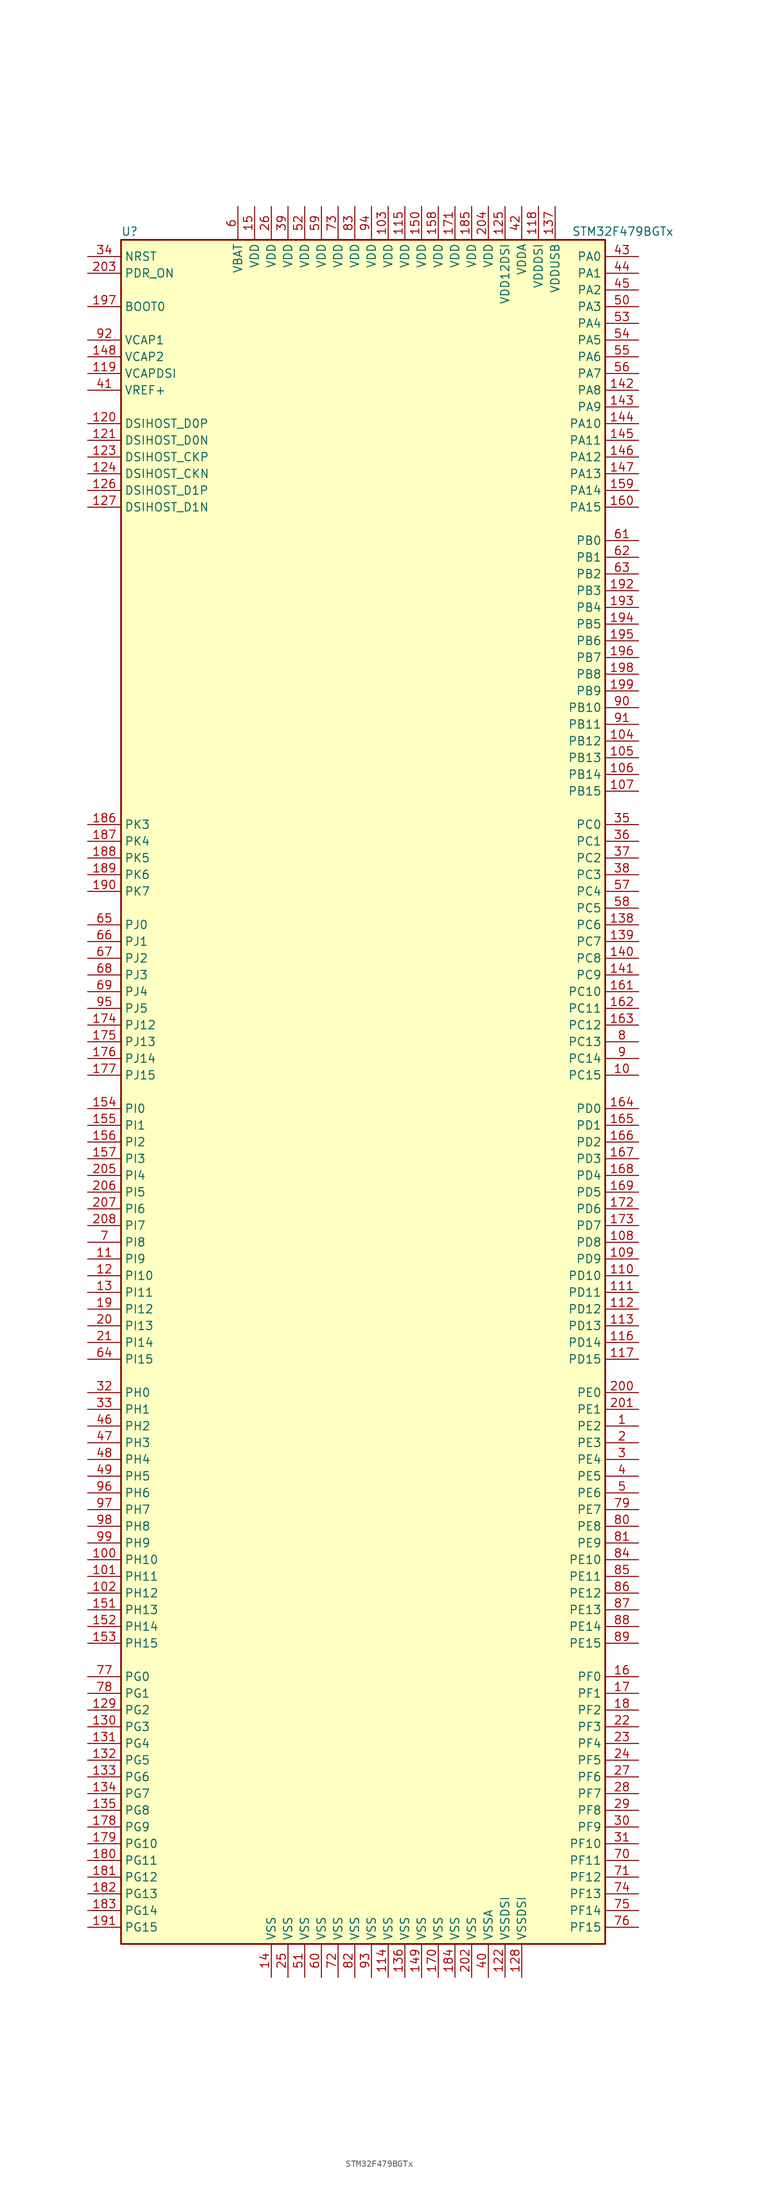
<source format=kicad_sym>
(kicad_symbol_lib
  (version 20201005)
  (generator kicad_symbol_editor)
  (symbol "STM32F479BGTx"
    (property "Reference" "U"
      (at -38.1 130.81 0)
      (effects (font (size 1.27 1.27)) (justify left)))
    (property "Value" "STM32F479BGTx"
      (at 30.48 130.81 0)
      (effects (font (size 1.27 1.27)) (justify left)))
    (symbol "STM32F479BGTx_0_1"
      (rectangle (start -38.1 -129.54) (end 35.56 129.54) (stroke (width 0.254)) (fill (type background))))
    (symbol "STM32F479BGTx_1_1"
      (pin bidirectional line (at 40.64 -50.8 180) (length 5.08) (name "PE2" (effects (font (size 1.27 1.27)))) (number "1" (effects (font (size 1.27 1.27)))))
      (pin bidirectional line (at 40.64 2.54 180) (length 5.08) (name "PC15" (effects (font (size 1.27 1.27)))) (number "10" (effects (font (size 1.27 1.27)))))
      (pin bidirectional line (at -43.18 -71.12 0) (length 5.08) (name "PH10" (effects (font (size 1.27 1.27)))) (number "100" (effects (font (size 1.27 1.27)))))
      (pin bidirectional line (at -43.18 -73.66 0) (length 5.08) (name "PH11" (effects (font (size 1.27 1.27)))) (number "101" (effects (font (size 1.27 1.27)))))
      (pin bidirectional line (at -43.18 -76.2 0) (length 5.08) (name "PH12" (effects (font (size 1.27 1.27)))) (number "102" (effects (font (size 1.27 1.27)))))
      (pin power_in line (at 2.54 134.62 270) (length 5.08) (name "VDD" (effects (font (size 1.27 1.27)))) (number "103" (effects (font (size 1.27 1.27)))))
      (pin bidirectional line (at 40.64 53.34 180) (length 5.08) (name "PB12" (effects (font (size 1.27 1.27)))) (number "104" (effects (font (size 1.27 1.27)))))
      (pin bidirectional line (at 40.64 50.8 180) (length 5.08) (name "PB13" (effects (font (size 1.27 1.27)))) (number "105" (effects (font (size 1.27 1.27)))))
      (pin bidirectional line (at 40.64 48.26 180) (length 5.08) (name "PB14" (effects (font (size 1.27 1.27)))) (number "106" (effects (font (size 1.27 1.27)))))
      (pin bidirectional line (at 40.64 45.72 180) (length 5.08) (name "PB15" (effects (font (size 1.27 1.27)))) (number "107" (effects (font (size 1.27 1.27)))))
      (pin bidirectional line (at 40.64 -22.86 180) (length 5.08) (name "PD8" (effects (font (size 1.27 1.27)))) (number "108" (effects (font (size 1.27 1.27)))))
      (pin bidirectional line (at 40.64 -25.4 180) (length 5.08) (name "PD9" (effects (font (size 1.27 1.27)))) (number "109" (effects (font (size 1.27 1.27)))))
      (pin bidirectional line (at -43.18 -25.4 0) (length 5.08) (name "PI9" (effects (font (size 1.27 1.27)))) (number "11" (effects (font (size 1.27 1.27)))))
      (pin bidirectional line (at 40.64 -27.94 180) (length 5.08) (name "PD10" (effects (font (size 1.27 1.27)))) (number "110" (effects (font (size 1.27 1.27)))))
      (pin bidirectional line (at 40.64 -30.48 180) (length 5.08) (name "PD11" (effects (font (size 1.27 1.27)))) (number "111" (effects (font (size 1.27 1.27)))))
      (pin bidirectional line (at 40.64 -33.02 180) (length 5.08) (name "PD12" (effects (font (size 1.27 1.27)))) (number "112" (effects (font (size 1.27 1.27)))))
      (pin bidirectional line (at 40.64 -35.56 180) (length 5.08) (name "PD13" (effects (font (size 1.27 1.27)))) (number "113" (effects (font (size 1.27 1.27)))))
      (pin power_in line (at 2.54 -134.62 90) (length 5.08) (name "VSS" (effects (font (size 1.27 1.27)))) (number "114" (effects (font (size 1.27 1.27)))))
      (pin power_in line (at 5.08 134.62 270) (length 5.08) (name "VDD" (effects (font (size 1.27 1.27)))) (number "115" (effects (font (size 1.27 1.27)))))
      (pin bidirectional line (at 40.64 -38.1 180) (length 5.08) (name "PD14" (effects (font (size 1.27 1.27)))) (number "116" (effects (font (size 1.27 1.27)))))
      (pin bidirectional line (at 40.64 -40.64 180) (length 5.08) (name "PD15" (effects (font (size 1.27 1.27)))) (number "117" (effects (font (size 1.27 1.27)))))
      (pin power_in line (at 25.4 134.62 270) (length 5.08) (name "VDDDSI" (effects (font (size 1.27 1.27)))) (number "118" (effects (font (size 1.27 1.27)))))
      (pin power_in line (at -43.18 109.22 0) (length 5.08) (name "VCAPDSI" (effects (font (size 1.27 1.27)))) (number "119" (effects (font (size 1.27 1.27)))))
      (pin bidirectional line (at -43.18 -27.94 0) (length 5.08) (name "PI10" (effects (font (size 1.27 1.27)))) (number "12" (effects (font (size 1.27 1.27)))))
      (pin bidirectional line (at -43.18 101.6 0) (length 5.08) (name "DSIHOST_D0P" (effects (font (size 1.27 1.27)))) (number "120" (effects (font (size 1.27 1.27)))))
      (pin bidirectional line (at -43.18 99.06 0) (length 5.08) (name "DSIHOST_D0N" (effects (font (size 1.27 1.27)))) (number "121" (effects (font (size 1.27 1.27)))))
      (pin power_in line (at 20.32 -134.62 90) (length 5.08) (name "VSSDSI" (effects (font (size 1.27 1.27)))) (number "122" (effects (font (size 1.27 1.27)))))
      (pin bidirectional line (at -43.18 96.52 0) (length 5.08) (name "DSIHOST_CKP" (effects (font (size 1.27 1.27)))) (number "123" (effects (font (size 1.27 1.27)))))
      (pin bidirectional line (at -43.18 93.98 0) (length 5.08) (name "DSIHOST_CKN" (effects (font (size 1.27 1.27)))) (number "124" (effects (font (size 1.27 1.27)))))
      (pin power_in line (at 20.32 134.62 270) (length 5.08) (name "VDD12DSI" (effects (font (size 1.27 1.27)))) (number "125" (effects (font (size 1.27 1.27)))))
      (pin bidirectional line (at -43.18 91.44 0) (length 5.08) (name "DSIHOST_D1P" (effects (font (size 1.27 1.27)))) (number "126" (effects (font (size 1.27 1.27)))))
      (pin bidirectional line (at -43.18 88.9 0) (length 5.08) (name "DSIHOST_D1N" (effects (font (size 1.27 1.27)))) (number "127" (effects (font (size 1.27 1.27)))))
      (pin power_in line (at 22.86 -134.62 90) (length 5.08) (name "VSSDSI" (effects (font (size 1.27 1.27)))) (number "128" (effects (font (size 1.27 1.27)))))
      (pin bidirectional line (at -43.18 -93.98 0) (length 5.08) (name "PG2" (effects (font (size 1.27 1.27)))) (number "129" (effects (font (size 1.27 1.27)))))
      (pin bidirectional line (at -43.18 -30.48 0) (length 5.08) (name "PI11" (effects (font (size 1.27 1.27)))) (number "13" (effects (font (size 1.27 1.27)))))
      (pin bidirectional line (at -43.18 -96.52 0) (length 5.08) (name "PG3" (effects (font (size 1.27 1.27)))) (number "130" (effects (font (size 1.27 1.27)))))
      (pin bidirectional line (at -43.18 -99.06 0) (length 5.08) (name "PG4" (effects (font (size 1.27 1.27)))) (number "131" (effects (font (size 1.27 1.27)))))
      (pin bidirectional line (at -43.18 -101.6 0) (length 5.08) (name "PG5" (effects (font (size 1.27 1.27)))) (number "132" (effects (font (size 1.27 1.27)))))
      (pin bidirectional line (at -43.18 -104.14 0) (length 5.08) (name "PG6" (effects (font (size 1.27 1.27)))) (number "133" (effects (font (size 1.27 1.27)))))
      (pin bidirectional line (at -43.18 -106.68 0) (length 5.08) (name "PG7" (effects (font (size 1.27 1.27)))) (number "134" (effects (font (size 1.27 1.27)))))
      (pin bidirectional line (at -43.18 -109.22 0) (length 5.08) (name "PG8" (effects (font (size 1.27 1.27)))) (number "135" (effects (font (size 1.27 1.27)))))
      (pin power_in line (at 5.08 -134.62 90) (length 5.08) (name "VSS" (effects (font (size 1.27 1.27)))) (number "136" (effects (font (size 1.27 1.27)))))
      (pin power_in line (at 27.94 134.62 270) (length 5.08) (name "VDDUSB" (effects (font (size 1.27 1.27)))) (number "137" (effects (font (size 1.27 1.27)))))
      (pin bidirectional line (at 40.64 25.4 180) (length 5.08) (name "PC6" (effects (font (size 1.27 1.27)))) (number "138" (effects (font (size 1.27 1.27)))))
      (pin bidirectional line (at 40.64 22.86 180) (length 5.08) (name "PC7" (effects (font (size 1.27 1.27)))) (number "139" (effects (font (size 1.27 1.27)))))
      (pin power_in line (at -15.24 -134.62 90) (length 5.08) (name "VSS" (effects (font (size 1.27 1.27)))) (number "14" (effects (font (size 1.27 1.27)))))
      (pin bidirectional line (at 40.64 20.32 180) (length 5.08) (name "PC8" (effects (font (size 1.27 1.27)))) (number "140" (effects (font (size 1.27 1.27)))))
      (pin bidirectional line (at 40.64 17.78 180) (length 5.08) (name "PC9" (effects (font (size 1.27 1.27)))) (number "141" (effects (font (size 1.27 1.27)))))
      (pin bidirectional line (at 40.64 106.68 180) (length 5.08) (name "PA8" (effects (font (size 1.27 1.27)))) (number "142" (effects (font (size 1.27 1.27)))))
      (pin bidirectional line (at 40.64 104.14 180) (length 5.08) (name "PA9" (effects (font (size 1.27 1.27)))) (number "143" (effects (font (size 1.27 1.27)))))
      (pin bidirectional line (at 40.64 101.6 180) (length 5.08) (name "PA10" (effects (font (size 1.27 1.27)))) (number "144" (effects (font (size 1.27 1.27)))))
      (pin bidirectional line (at 40.64 99.06 180) (length 5.08) (name "PA11" (effects (font (size 1.27 1.27)))) (number "145" (effects (font (size 1.27 1.27)))))
      (pin bidirectional line (at 40.64 96.52 180) (length 5.08) (name "PA12" (effects (font (size 1.27 1.27)))) (number "146" (effects (font (size 1.27 1.27)))))
      (pin bidirectional line (at 40.64 93.98 180) (length 5.08) (name "PA13" (effects (font (size 1.27 1.27)))) (number "147" (effects (font (size 1.27 1.27)))))
      (pin power_in line (at -43.18 111.76 0) (length 5.08) (name "VCAP2" (effects (font (size 1.27 1.27)))) (number "148" (effects (font (size 1.27 1.27)))))
      (pin power_in line (at 7.62 -134.62 90) (length 5.08) (name "VSS" (effects (font (size 1.27 1.27)))) (number "149" (effects (font (size 1.27 1.27)))))
      (pin power_in line (at -17.78 134.62 270) (length 5.08) (name "VDD" (effects (font (size 1.27 1.27)))) (number "15" (effects (font (size 1.27 1.27)))))
      (pin power_in line (at 7.62 134.62 270) (length 5.08) (name "VDD" (effects (font (size 1.27 1.27)))) (number "150" (effects (font (size 1.27 1.27)))))
      (pin bidirectional line (at -43.18 -78.74 0) (length 5.08) (name "PH13" (effects (font (size 1.27 1.27)))) (number "151" (effects (font (size 1.27 1.27)))))
      (pin bidirectional line (at -43.18 -81.28 0) (length 5.08) (name "PH14" (effects (font (size 1.27 1.27)))) (number "152" (effects (font (size 1.27 1.27)))))
      (pin bidirectional line (at -43.18 -83.82 0) (length 5.08) (name "PH15" (effects (font (size 1.27 1.27)))) (number "153" (effects (font (size 1.27 1.27)))))
      (pin bidirectional line (at -43.18 -2.54 0) (length 5.08) (name "PI0" (effects (font (size 1.27 1.27)))) (number "154" (effects (font (size 1.27 1.27)))))
      (pin bidirectional line (at -43.18 -5.08 0) (length 5.08) (name "PI1" (effects (font (size 1.27 1.27)))) (number "155" (effects (font (size 1.27 1.27)))))
      (pin bidirectional line (at -43.18 -7.62 0) (length 5.08) (name "PI2" (effects (font (size 1.27 1.27)))) (number "156" (effects (font (size 1.27 1.27)))))
      (pin bidirectional line (at -43.18 -10.16 0) (length 5.08) (name "PI3" (effects (font (size 1.27 1.27)))) (number "157" (effects (font (size 1.27 1.27)))))
      (pin power_in line (at 10.16 134.62 270) (length 5.08) (name "VDD" (effects (font (size 1.27 1.27)))) (number "158" (effects (font (size 1.27 1.27)))))
      (pin bidirectional line (at 40.64 91.44 180) (length 5.08) (name "PA14" (effects (font (size 1.27 1.27)))) (number "159" (effects (font (size 1.27 1.27)))))
      (pin bidirectional line (at 40.64 -88.9 180) (length 5.08) (name "PF0" (effects (font (size 1.27 1.27)))) (number "16" (effects (font (size 1.27 1.27)))))
      (pin bidirectional line (at 40.64 88.9 180) (length 5.08) (name "PA15" (effects (font (size 1.27 1.27)))) (number "160" (effects (font (size 1.27 1.27)))))
      (pin bidirectional line (at 40.64 15.24 180) (length 5.08) (name "PC10" (effects (font (size 1.27 1.27)))) (number "161" (effects (font (size 1.27 1.27)))))
      (pin bidirectional line (at 40.64 12.7 180) (length 5.08) (name "PC11" (effects (font (size 1.27 1.27)))) (number "162" (effects (font (size 1.27 1.27)))))
      (pin bidirectional line (at 40.64 10.16 180) (length 5.08) (name "PC12" (effects (font (size 1.27 1.27)))) (number "163" (effects (font (size 1.27 1.27)))))
      (pin bidirectional line (at 40.64 -2.54 180) (length 5.08) (name "PD0" (effects (font (size 1.27 1.27)))) (number "164" (effects (font (size 1.27 1.27)))))
      (pin bidirectional line (at 40.64 -5.08 180) (length 5.08) (name "PD1" (effects (font (size 1.27 1.27)))) (number "165" (effects (font (size 1.27 1.27)))))
      (pin bidirectional line (at 40.64 -7.62 180) (length 5.08) (name "PD2" (effects (font (size 1.27 1.27)))) (number "166" (effects (font (size 1.27 1.27)))))
      (pin bidirectional line (at 40.64 -10.16 180) (length 5.08) (name "PD3" (effects (font (size 1.27 1.27)))) (number "167" (effects (font (size 1.27 1.27)))))
      (pin bidirectional line (at 40.64 -12.7 180) (length 5.08) (name "PD4" (effects (font (size 1.27 1.27)))) (number "168" (effects (font (size 1.27 1.27)))))
      (pin bidirectional line (at 40.64 -15.24 180) (length 5.08) (name "PD5" (effects (font (size 1.27 1.27)))) (number "169" (effects (font (size 1.27 1.27)))))
      (pin bidirectional line (at 40.64 -91.44 180) (length 5.08) (name "PF1" (effects (font (size 1.27 1.27)))) (number "17" (effects (font (size 1.27 1.27)))))
      (pin power_in line (at 10.16 -134.62 90) (length 5.08) (name "VSS" (effects (font (size 1.27 1.27)))) (number "170" (effects (font (size 1.27 1.27)))))
      (pin power_in line (at 12.7 134.62 270) (length 5.08) (name "VDD" (effects (font (size 1.27 1.27)))) (number "171" (effects (font (size 1.27 1.27)))))
      (pin bidirectional line (at 40.64 -17.78 180) (length 5.08) (name "PD6" (effects (font (size 1.27 1.27)))) (number "172" (effects (font (size 1.27 1.27)))))
      (pin bidirectional line (at 40.64 -20.32 180) (length 5.08) (name "PD7" (effects (font (size 1.27 1.27)))) (number "173" (effects (font (size 1.27 1.27)))))
      (pin bidirectional line (at -43.18 10.16 0) (length 5.08) (name "PJ12" (effects (font (size 1.27 1.27)))) (number "174" (effects (font (size 1.27 1.27)))))
      (pin bidirectional line (at -43.18 7.62 0) (length 5.08) (name "PJ13" (effects (font (size 1.27 1.27)))) (number "175" (effects (font (size 1.27 1.27)))))
      (pin bidirectional line (at -43.18 5.08 0) (length 5.08) (name "PJ14" (effects (font (size 1.27 1.27)))) (number "176" (effects (font (size 1.27 1.27)))))
      (pin bidirectional line (at -43.18 2.54 0) (length 5.08) (name "PJ15" (effects (font (size 1.27 1.27)))) (number "177" (effects (font (size 1.27 1.27)))))
      (pin bidirectional line (at -43.18 -111.76 0) (length 5.08) (name "PG9" (effects (font (size 1.27 1.27)))) (number "178" (effects (font (size 1.27 1.27)))))
      (pin bidirectional line (at -43.18 -114.3 0) (length 5.08) (name "PG10" (effects (font (size 1.27 1.27)))) (number "179" (effects (font (size 1.27 1.27)))))
      (pin bidirectional line (at 40.64 -93.98 180) (length 5.08) (name "PF2" (effects (font (size 1.27 1.27)))) (number "18" (effects (font (size 1.27 1.27)))))
      (pin bidirectional line (at -43.18 -116.84 0) (length 5.08) (name "PG11" (effects (font (size 1.27 1.27)))) (number "180" (effects (font (size 1.27 1.27)))))
      (pin bidirectional line (at -43.18 -119.38 0) (length 5.08) (name "PG12" (effects (font (size 1.27 1.27)))) (number "181" (effects (font (size 1.27 1.27)))))
      (pin bidirectional line (at -43.18 -121.92 0) (length 5.08) (name "PG13" (effects (font (size 1.27 1.27)))) (number "182" (effects (font (size 1.27 1.27)))))
      (pin bidirectional line (at -43.18 -124.46 0) (length 5.08) (name "PG14" (effects (font (size 1.27 1.27)))) (number "183" (effects (font (size 1.27 1.27)))))
      (pin power_in line (at 12.7 -134.62 90) (length 5.08) (name "VSS" (effects (font (size 1.27 1.27)))) (number "184" (effects (font (size 1.27 1.27)))))
      (pin power_in line (at 15.24 134.62 270) (length 5.08) (name "VDD" (effects (font (size 1.27 1.27)))) (number "185" (effects (font (size 1.27 1.27)))))
      (pin bidirectional line (at -43.18 40.64 0) (length 5.08) (name "PK3" (effects (font (size 1.27 1.27)))) (number "186" (effects (font (size 1.27 1.27)))))
      (pin bidirectional line (at -43.18 38.1 0) (length 5.08) (name "PK4" (effects (font (size 1.27 1.27)))) (number "187" (effects (font (size 1.27 1.27)))))
      (pin bidirectional line (at -43.18 35.56 0) (length 5.08) (name "PK5" (effects (font (size 1.27 1.27)))) (number "188" (effects (font (size 1.27 1.27)))))
      (pin bidirectional line (at -43.18 33.02 0) (length 5.08) (name "PK6" (effects (font (size 1.27 1.27)))) (number "189" (effects (font (size 1.27 1.27)))))
      (pin bidirectional line (at -43.18 -33.02 0) (length 5.08) (name "PI12" (effects (font (size 1.27 1.27)))) (number "19" (effects (font (size 1.27 1.27)))))
      (pin bidirectional line (at -43.18 30.48 0) (length 5.08) (name "PK7" (effects (font (size 1.27 1.27)))) (number "190" (effects (font (size 1.27 1.27)))))
      (pin bidirectional line (at -43.18 -127 0) (length 5.08) (name "PG15" (effects (font (size 1.27 1.27)))) (number "191" (effects (font (size 1.27 1.27)))))
      (pin bidirectional line (at 40.64 76.2 180) (length 5.08) (name "PB3" (effects (font (size 1.27 1.27)))) (number "192" (effects (font (size 1.27 1.27)))))
      (pin bidirectional line (at 40.64 73.66 180) (length 5.08) (name "PB4" (effects (font (size 1.27 1.27)))) (number "193" (effects (font (size 1.27 1.27)))))
      (pin bidirectional line (at 40.64 71.12 180) (length 5.08) (name "PB5" (effects (font (size 1.27 1.27)))) (number "194" (effects (font (size 1.27 1.27)))))
      (pin bidirectional line (at 40.64 68.58 180) (length 5.08) (name "PB6" (effects (font (size 1.27 1.27)))) (number "195" (effects (font (size 1.27 1.27)))))
      (pin bidirectional line (at 40.64 66.04 180) (length 5.08) (name "PB7" (effects (font (size 1.27 1.27)))) (number "196" (effects (font (size 1.27 1.27)))))
      (pin input line (at -43.18 119.38 0) (length 5.08) (name "BOOT0" (effects (font (size 1.27 1.27)))) (number "197" (effects (font (size 1.27 1.27)))))
      (pin bidirectional line (at 40.64 63.5 180) (length 5.08) (name "PB8" (effects (font (size 1.27 1.27)))) (number "198" (effects (font (size 1.27 1.27)))))
      (pin bidirectional line (at 40.64 60.96 180) (length 5.08) (name "PB9" (effects (font (size 1.27 1.27)))) (number "199" (effects (font (size 1.27 1.27)))))
      (pin bidirectional line (at 40.64 -53.34 180) (length 5.08) (name "PE3" (effects (font (size 1.27 1.27)))) (number "2" (effects (font (size 1.27 1.27)))))
      (pin bidirectional line (at -43.18 -35.56 0) (length 5.08) (name "PI13" (effects (font (size 1.27 1.27)))) (number "20" (effects (font (size 1.27 1.27)))))
      (pin bidirectional line (at 40.64 -45.72 180) (length 5.08) (name "PE0" (effects (font (size 1.27 1.27)))) (number "200" (effects (font (size 1.27 1.27)))))
      (pin bidirectional line (at 40.64 -48.26 180) (length 5.08) (name "PE1" (effects (font (size 1.27 1.27)))) (number "201" (effects (font (size 1.27 1.27)))))
      (pin power_in line (at 15.24 -134.62 90) (length 5.08) (name "VSS" (effects (font (size 1.27 1.27)))) (number "202" (effects (font (size 1.27 1.27)))))
      (pin input line (at -43.18 124.46 0) (length 5.08) (name "PDR_ON" (effects (font (size 1.27 1.27)))) (number "203" (effects (font (size 1.27 1.27)))))
      (pin power_in line (at 17.78 134.62 270) (length 5.08) (name "VDD" (effects (font (size 1.27 1.27)))) (number "204" (effects (font (size 1.27 1.27)))))
      (pin bidirectional line (at -43.18 -12.7 0) (length 5.08) (name "PI4" (effects (font (size 1.27 1.27)))) (number "205" (effects (font (size 1.27 1.27)))))
      (pin bidirectional line (at -43.18 -15.24 0) (length 5.08) (name "PI5" (effects (font (size 1.27 1.27)))) (number "206" (effects (font (size 1.27 1.27)))))
      (pin bidirectional line (at -43.18 -17.78 0) (length 5.08) (name "PI6" (effects (font (size 1.27 1.27)))) (number "207" (effects (font (size 1.27 1.27)))))
      (pin bidirectional line (at -43.18 -20.32 0) (length 5.08) (name "PI7" (effects (font (size 1.27 1.27)))) (number "208" (effects (font (size 1.27 1.27)))))
      (pin bidirectional line (at -43.18 -38.1 0) (length 5.08) (name "PI14" (effects (font (size 1.27 1.27)))) (number "21" (effects (font (size 1.27 1.27)))))
      (pin bidirectional line (at 40.64 -96.52 180) (length 5.08) (name "PF3" (effects (font (size 1.27 1.27)))) (number "22" (effects (font (size 1.27 1.27)))))
      (pin bidirectional line (at 40.64 -99.06 180) (length 5.08) (name "PF4" (effects (font (size 1.27 1.27)))) (number "23" (effects (font (size 1.27 1.27)))))
      (pin bidirectional line (at 40.64 -101.6 180) (length 5.08) (name "PF5" (effects (font (size 1.27 1.27)))) (number "24" (effects (font (size 1.27 1.27)))))
      (pin power_in line (at -12.7 -134.62 90) (length 5.08) (name "VSS" (effects (font (size 1.27 1.27)))) (number "25" (effects (font (size 1.27 1.27)))))
      (pin power_in line (at -15.24 134.62 270) (length 5.08) (name "VDD" (effects (font (size 1.27 1.27)))) (number "26" (effects (font (size 1.27 1.27)))))
      (pin bidirectional line (at 40.64 -104.14 180) (length 5.08) (name "PF6" (effects (font (size 1.27 1.27)))) (number "27" (effects (font (size 1.27 1.27)))))
      (pin bidirectional line (at 40.64 -106.68 180) (length 5.08) (name "PF7" (effects (font (size 1.27 1.27)))) (number "28" (effects (font (size 1.27 1.27)))))
      (pin bidirectional line (at 40.64 -109.22 180) (length 5.08) (name "PF8" (effects (font (size 1.27 1.27)))) (number "29" (effects (font (size 1.27 1.27)))))
      (pin bidirectional line (at 40.64 -55.88 180) (length 5.08) (name "PE4" (effects (font (size 1.27 1.27)))) (number "3" (effects (font (size 1.27 1.27)))))
      (pin bidirectional line (at 40.64 -111.76 180) (length 5.08) (name "PF9" (effects (font (size 1.27 1.27)))) (number "30" (effects (font (size 1.27 1.27)))))
      (pin bidirectional line (at 40.64 -114.3 180) (length 5.08) (name "PF10" (effects (font (size 1.27 1.27)))) (number "31" (effects (font (size 1.27 1.27)))))
      (pin input line (at -43.18 -45.72 0) (length 5.08) (name "PH0" (effects (font (size 1.27 1.27)))) (number "32" (effects (font (size 1.27 1.27)))))
      (pin input line (at -43.18 -48.26 0) (length 5.08) (name "PH1" (effects (font (size 1.27 1.27)))) (number "33" (effects (font (size 1.27 1.27)))))
      (pin input line (at -43.18 127 0) (length 5.08) (name "NRST" (effects (font (size 1.27 1.27)))) (number "34" (effects (font (size 1.27 1.27)))))
      (pin bidirectional line (at 40.64 40.64 180) (length 5.08) (name "PC0" (effects (font (size 1.27 1.27)))) (number "35" (effects (font (size 1.27 1.27)))))
      (pin bidirectional line (at 40.64 38.1 180) (length 5.08) (name "PC1" (effects (font (size 1.27 1.27)))) (number "36" (effects (font (size 1.27 1.27)))))
      (pin bidirectional line (at 40.64 35.56 180) (length 5.08) (name "PC2" (effects (font (size 1.27 1.27)))) (number "37" (effects (font (size 1.27 1.27)))))
      (pin bidirectional line (at 40.64 33.02 180) (length 5.08) (name "PC3" (effects (font (size 1.27 1.27)))) (number "38" (effects (font (size 1.27 1.27)))))
      (pin power_in line (at -12.7 134.62 270) (length 5.08) (name "VDD" (effects (font (size 1.27 1.27)))) (number "39" (effects (font (size 1.27 1.27)))))
      (pin bidirectional line (at 40.64 -58.42 180) (length 5.08) (name "PE5" (effects (font (size 1.27 1.27)))) (number "4" (effects (font (size 1.27 1.27)))))
      (pin power_in line (at 17.78 -134.62 90) (length 5.08) (name "VSSA" (effects (font (size 1.27 1.27)))) (number "40" (effects (font (size 1.27 1.27)))))
      (pin power_in line (at -43.18 106.68 0) (length 5.08) (name "VREF+" (effects (font (size 1.27 1.27)))) (number "41" (effects (font (size 1.27 1.27)))))
      (pin power_in line (at 22.86 134.62 270) (length 5.08) (name "VDDA" (effects (font (size 1.27 1.27)))) (number "42" (effects (font (size 1.27 1.27)))))
      (pin bidirectional line (at 40.64 127 180) (length 5.08) (name "PA0" (effects (font (size 1.27 1.27)))) (number "43" (effects (font (size 1.27 1.27)))))
      (pin bidirectional line (at 40.64 124.46 180) (length 5.08) (name "PA1" (effects (font (size 1.27 1.27)))) (number "44" (effects (font (size 1.27 1.27)))))
      (pin bidirectional line (at 40.64 121.92 180) (length 5.08) (name "PA2" (effects (font (size 1.27 1.27)))) (number "45" (effects (font (size 1.27 1.27)))))
      (pin bidirectional line (at -43.18 -50.8 0) (length 5.08) (name "PH2" (effects (font (size 1.27 1.27)))) (number "46" (effects (font (size 1.27 1.27)))))
      (pin bidirectional line (at -43.18 -53.34 0) (length 5.08) (name "PH3" (effects (font (size 1.27 1.27)))) (number "47" (effects (font (size 1.27 1.27)))))
      (pin bidirectional line (at -43.18 -55.88 0) (length 5.08) (name "PH4" (effects (font (size 1.27 1.27)))) (number "48" (effects (font (size 1.27 1.27)))))
      (pin bidirectional line (at -43.18 -58.42 0) (length 5.08) (name "PH5" (effects (font (size 1.27 1.27)))) (number "49" (effects (font (size 1.27 1.27)))))
      (pin bidirectional line (at 40.64 -60.96 180) (length 5.08) (name "PE6" (effects (font (size 1.27 1.27)))) (number "5" (effects (font (size 1.27 1.27)))))
      (pin bidirectional line (at 40.64 119.38 180) (length 5.08) (name "PA3" (effects (font (size 1.27 1.27)))) (number "50" (effects (font (size 1.27 1.27)))))
      (pin power_in line (at -10.16 -134.62 90) (length 5.08) (name "VSS" (effects (font (size 1.27 1.27)))) (number "51" (effects (font (size 1.27 1.27)))))
      (pin power_in line (at -10.16 134.62 270) (length 5.08) (name "VDD" (effects (font (size 1.27 1.27)))) (number "52" (effects (font (size 1.27 1.27)))))
      (pin bidirectional line (at 40.64 116.84 180) (length 5.08) (name "PA4" (effects (font (size 1.27 1.27)))) (number "53" (effects (font (size 1.27 1.27)))))
      (pin bidirectional line (at 40.64 114.3 180) (length 5.08) (name "PA5" (effects (font (size 1.27 1.27)))) (number "54" (effects (font (size 1.27 1.27)))))
      (pin bidirectional line (at 40.64 111.76 180) (length 5.08) (name "PA6" (effects (font (size 1.27 1.27)))) (number "55" (effects (font (size 1.27 1.27)))))
      (pin bidirectional line (at 40.64 109.22 180) (length 5.08) (name "PA7" (effects (font (size 1.27 1.27)))) (number "56" (effects (font (size 1.27 1.27)))))
      (pin bidirectional line (at 40.64 30.48 180) (length 5.08) (name "PC4" (effects (font (size 1.27 1.27)))) (number "57" (effects (font (size 1.27 1.27)))))
      (pin bidirectional line (at 40.64 27.94 180) (length 5.08) (name "PC5" (effects (font (size 1.27 1.27)))) (number "58" (effects (font (size 1.27 1.27)))))
      (pin power_in line (at -7.62 134.62 270) (length 5.08) (name "VDD" (effects (font (size 1.27 1.27)))) (number "59" (effects (font (size 1.27 1.27)))))
      (pin power_in line (at -20.32 134.62 270) (length 5.08) (name "VBAT" (effects (font (size 1.27 1.27)))) (number "6" (effects (font (size 1.27 1.27)))))
      (pin power_in line (at -7.62 -134.62 90) (length 5.08) (name "VSS" (effects (font (size 1.27 1.27)))) (number "60" (effects (font (size 1.27 1.27)))))
      (pin bidirectional line (at 40.64 83.82 180) (length 5.08) (name "PB0" (effects (font (size 1.27 1.27)))) (number "61" (effects (font (size 1.27 1.27)))))
      (pin bidirectional line (at 40.64 81.28 180) (length 5.08) (name "PB1" (effects (font (size 1.27 1.27)))) (number "62" (effects (font (size 1.27 1.27)))))
      (pin bidirectional line (at 40.64 78.74 180) (length 5.08) (name "PB2" (effects (font (size 1.27 1.27)))) (number "63" (effects (font (size 1.27 1.27)))))
      (pin bidirectional line (at -43.18 -40.64 0) (length 5.08) (name "PI15" (effects (font (size 1.27 1.27)))) (number "64" (effects (font (size 1.27 1.27)))))
      (pin bidirectional line (at -43.18 25.4 0) (length 5.08) (name "PJ0" (effects (font (size 1.27 1.27)))) (number "65" (effects (font (size 1.27 1.27)))))
      (pin bidirectional line (at -43.18 22.86 0) (length 5.08) (name "PJ1" (effects (font (size 1.27 1.27)))) (number "66" (effects (font (size 1.27 1.27)))))
      (pin bidirectional line (at -43.18 20.32 0) (length 5.08) (name "PJ2" (effects (font (size 1.27 1.27)))) (number "67" (effects (font (size 1.27 1.27)))))
      (pin bidirectional line (at -43.18 17.78 0) (length 5.08) (name "PJ3" (effects (font (size 1.27 1.27)))) (number "68" (effects (font (size 1.27 1.27)))))
      (pin bidirectional line (at -43.18 15.24 0) (length 5.08) (name "PJ4" (effects (font (size 1.27 1.27)))) (number "69" (effects (font (size 1.27 1.27)))))
      (pin bidirectional line (at -43.18 -22.86 0) (length 5.08) (name "PI8" (effects (font (size 1.27 1.27)))) (number "7" (effects (font (size 1.27 1.27)))))
      (pin bidirectional line (at 40.64 -116.84 180) (length 5.08) (name "PF11" (effects (font (size 1.27 1.27)))) (number "70" (effects (font (size 1.27 1.27)))))
      (pin bidirectional line (at 40.64 -119.38 180) (length 5.08) (name "PF12" (effects (font (size 1.27 1.27)))) (number "71" (effects (font (size 1.27 1.27)))))
      (pin power_in line (at -5.08 -134.62 90) (length 5.08) (name "VSS" (effects (font (size 1.27 1.27)))) (number "72" (effects (font (size 1.27 1.27)))))
      (pin power_in line (at -5.08 134.62 270) (length 5.08) (name "VDD" (effects (font (size 1.27 1.27)))) (number "73" (effects (font (size 1.27 1.27)))))
      (pin bidirectional line (at 40.64 -121.92 180) (length 5.08) (name "PF13" (effects (font (size 1.27 1.27)))) (number "74" (effects (font (size 1.27 1.27)))))
      (pin bidirectional line (at 40.64 -124.46 180) (length 5.08) (name "PF14" (effects (font (size 1.27 1.27)))) (number "75" (effects (font (size 1.27 1.27)))))
      (pin bidirectional line (at 40.64 -127 180) (length 5.08) (name "PF15" (effects (font (size 1.27 1.27)))) (number "76" (effects (font (size 1.27 1.27)))))
      (pin bidirectional line (at -43.18 -88.9 0) (length 5.08) (name "PG0" (effects (font (size 1.27 1.27)))) (number "77" (effects (font (size 1.27 1.27)))))
      (pin bidirectional line (at -43.18 -91.44 0) (length 5.08) (name "PG1" (effects (font (size 1.27 1.27)))) (number "78" (effects (font (size 1.27 1.27)))))
      (pin bidirectional line (at 40.64 -63.5 180) (length 5.08) (name "PE7" (effects (font (size 1.27 1.27)))) (number "79" (effects (font (size 1.27 1.27)))))
      (pin bidirectional line (at 40.64 7.62 180) (length 5.08) (name "PC13" (effects (font (size 1.27 1.27)))) (number "8" (effects (font (size 1.27 1.27)))))
      (pin bidirectional line (at 40.64 -66.04 180) (length 5.08) (name "PE8" (effects (font (size 1.27 1.27)))) (number "80" (effects (font (size 1.27 1.27)))))
      (pin bidirectional line (at 40.64 -68.58 180) (length 5.08) (name "PE9" (effects (font (size 1.27 1.27)))) (number "81" (effects (font (size 1.27 1.27)))))
      (pin power_in line (at -2.54 -134.62 90) (length 5.08) (name "VSS" (effects (font (size 1.27 1.27)))) (number "82" (effects (font (size 1.27 1.27)))))
      (pin power_in line (at -2.54 134.62 270) (length 5.08) (name "VDD" (effects (font (size 1.27 1.27)))) (number "83" (effects (font (size 1.27 1.27)))))
      (pin bidirectional line (at 40.64 -71.12 180) (length 5.08) (name "PE10" (effects (font (size 1.27 1.27)))) (number "84" (effects (font (size 1.27 1.27)))))
      (pin bidirectional line (at 40.64 -73.66 180) (length 5.08) (name "PE11" (effects (font (size 1.27 1.27)))) (number "85" (effects (font (size 1.27 1.27)))))
      (pin bidirectional line (at 40.64 -76.2 180) (length 5.08) (name "PE12" (effects (font (size 1.27 1.27)))) (number "86" (effects (font (size 1.27 1.27)))))
      (pin bidirectional line (at 40.64 -78.74 180) (length 5.08) (name "PE13" (effects (font (size 1.27 1.27)))) (number "87" (effects (font (size 1.27 1.27)))))
      (pin bidirectional line (at 40.64 -81.28 180) (length 5.08) (name "PE14" (effects (font (size 1.27 1.27)))) (number "88" (effects (font (size 1.27 1.27)))))
      (pin bidirectional line (at 40.64 -83.82 180) (length 5.08) (name "PE15" (effects (font (size 1.27 1.27)))) (number "89" (effects (font (size 1.27 1.27)))))
      (pin bidirectional line (at 40.64 5.08 180) (length 5.08) (name "PC14" (effects (font (size 1.27 1.27)))) (number "9" (effects (font (size 1.27 1.27)))))
      (pin bidirectional line (at 40.64 58.42 180) (length 5.08) (name "PB10" (effects (font (size 1.27 1.27)))) (number "90" (effects (font (size 1.27 1.27)))))
      (pin bidirectional line (at 40.64 55.88 180) (length 5.08) (name "PB11" (effects (font (size 1.27 1.27)))) (number "91" (effects (font (size 1.27 1.27)))))
      (pin power_in line (at -43.18 114.3 0) (length 5.08) (name "VCAP1" (effects (font (size 1.27 1.27)))) (number "92" (effects (font (size 1.27 1.27)))))
      (pin power_in line (at 0 -134.62 90) (length 5.08) (name "VSS" (effects (font (size 1.27 1.27)))) (number "93" (effects (font (size 1.27 1.27)))))
      (pin power_in line (at 0 134.62 270) (length 5.08) (name "VDD" (effects (font (size 1.27 1.27)))) (number "94" (effects (font (size 1.27 1.27)))))
      (pin bidirectional line (at -43.18 12.7 0) (length 5.08) (name "PJ5" (effects (font (size 1.27 1.27)))) (number "95" (effects (font (size 1.27 1.27)))))
      (pin bidirectional line (at -43.18 -60.96 0) (length 5.08) (name "PH6" (effects (font (size 1.27 1.27)))) (number "96" (effects (font (size 1.27 1.27)))))
      (pin bidirectional line (at -43.18 -63.5 0) (length 5.08) (name "PH7" (effects (font (size 1.27 1.27)))) (number "97" (effects (font (size 1.27 1.27)))))
      (pin bidirectional line (at -43.18 -66.04 0) (length 5.08) (name "PH8" (effects (font (size 1.27 1.27)))) (number "98" (effects (font (size 1.27 1.27)))))
      (pin bidirectional line (at -43.18 -68.58 0) (length 5.08) (name "PH9" (effects (font (size 1.27 1.27)))) (number "99" (effects (font (size 1.27 1.27))))))))
</source>
